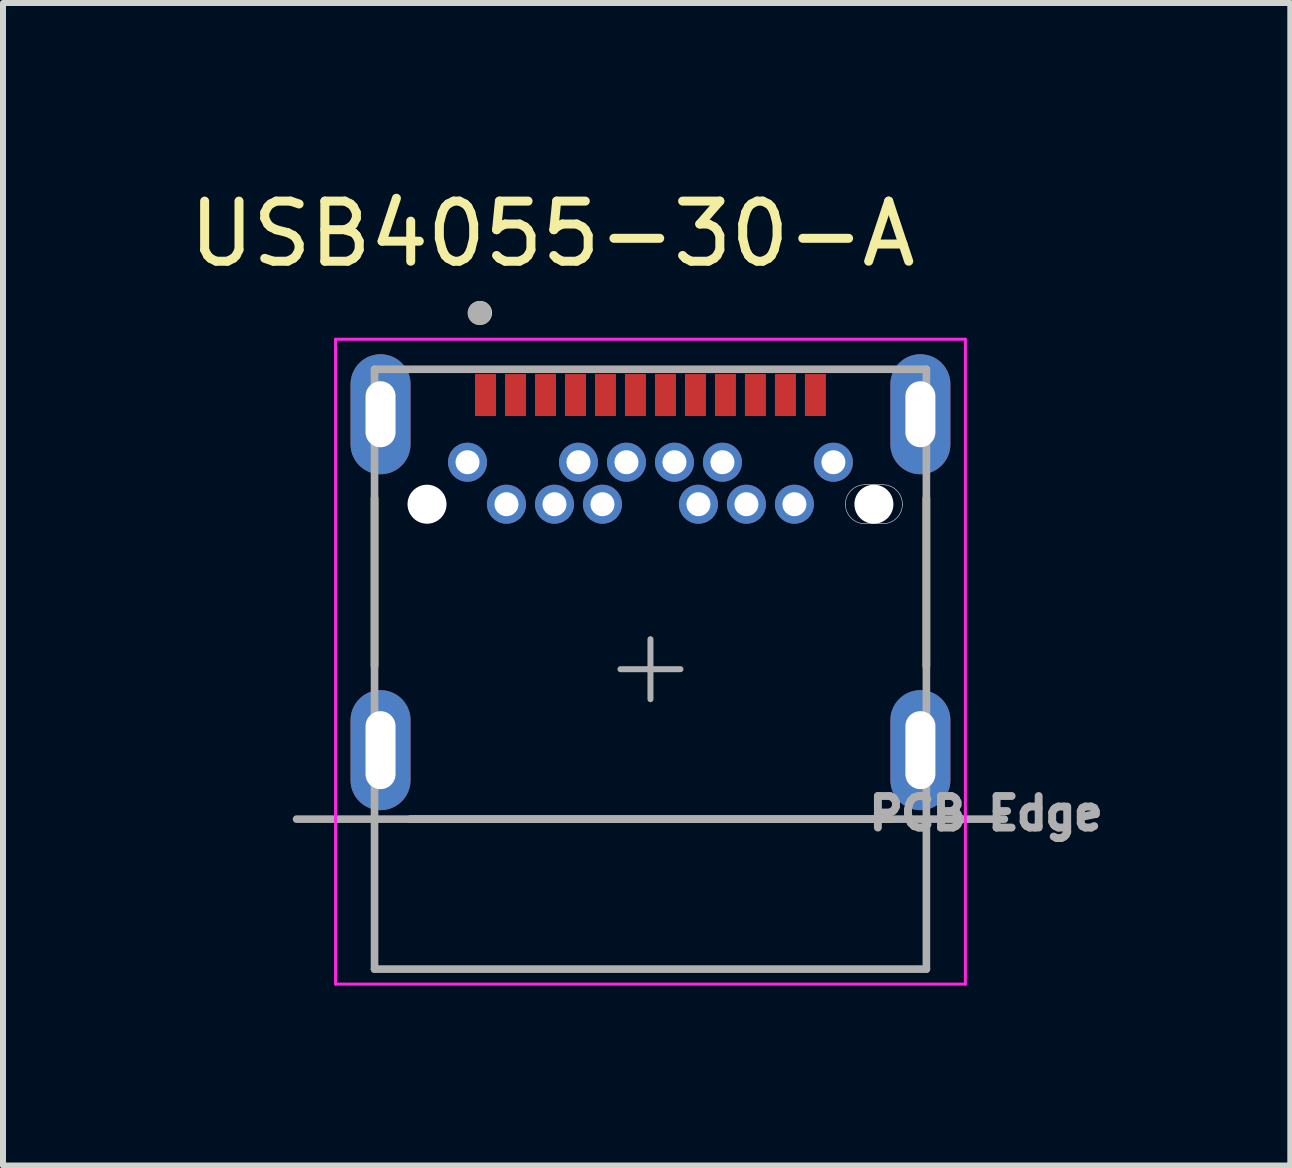
<source format=kicad_pcb>
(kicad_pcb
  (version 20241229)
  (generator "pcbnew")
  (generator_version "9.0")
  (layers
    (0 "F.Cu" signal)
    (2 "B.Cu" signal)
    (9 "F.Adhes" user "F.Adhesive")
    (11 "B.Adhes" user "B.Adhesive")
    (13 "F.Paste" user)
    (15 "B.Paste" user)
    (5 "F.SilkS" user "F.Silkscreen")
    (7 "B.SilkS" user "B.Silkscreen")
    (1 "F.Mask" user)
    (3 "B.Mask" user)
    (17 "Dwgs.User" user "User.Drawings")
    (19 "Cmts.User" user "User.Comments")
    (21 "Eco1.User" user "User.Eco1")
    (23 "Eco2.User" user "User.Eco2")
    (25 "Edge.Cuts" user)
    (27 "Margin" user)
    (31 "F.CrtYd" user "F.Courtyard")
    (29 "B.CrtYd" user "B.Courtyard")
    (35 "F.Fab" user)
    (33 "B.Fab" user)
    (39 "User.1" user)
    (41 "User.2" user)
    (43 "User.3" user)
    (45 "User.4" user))
  (footprint "USB4055-30-A"
    (layer "F.Cu")
    (at 7.794 8.106)
    (property "Reference" "USB4055-30-A" (at -1.635 -7.257 0) (layer "F.SilkS") (effects (font (size 1.002 1.002) (thickness 0.15))))
    (attr through_hole)
    (fp_line (start -4.6 -2.85) (end -4.6 -0.05) (stroke (width 0.127) (type solid)) (layer "F.SilkS"))
    (fp_line (start -4 2.5) (end 4 2.5) (stroke (width 0.127) (type solid)) (layer "F.SilkS"))
    (fp_line (start 4.6 -0.05) (end 4.6 -2.85) (stroke (width 0.127) (type solid)) (layer "F.SilkS"))
    (fp_circle (center -2.841 -5.939) (end -2.741 -5.939) (stroke (width 0.2) (type solid)) (fill no) (layer "F.SilkS"))
    (fp_line (start 3.575 -3.075) (end 3.875 -3.075) (stroke (width 0.01) (type solid)) (layer "Edge.Cuts"))
    (fp_line (start 3.875 -2.425) (end 3.575 -2.425) (stroke (width 0.01) (type solid)) (layer "Edge.Cuts"))
    (fp_arc (start 3.25 -2.75) (mid 3.34519 -2.97981) (end 3.575 -3.075) (stroke (width 0.01) (type solid)) (layer "Edge.Cuts"))
    (fp_arc (start 3.575 -2.425) (mid 3.34519 -2.52019) (end 3.25 -2.75) (stroke (width 0.01) (type solid)) (layer "Edge.Cuts"))
    (fp_arc (start 3.875 -3.075) (mid 4.10481 -2.97981) (end 4.2 -2.75) (stroke (width 0.01) (type solid)) (layer "Edge.Cuts"))
    (fp_arc (start 4.2 -2.75) (mid 4.10481 -2.52019) (end 3.875 -2.425) (stroke (width 0.01) (type solid)) (layer "Edge.Cuts"))
    (fp_line (start -5.25 -5.5) (end 5.25 -5.5) (stroke (width 0.05) (type solid)) (layer "F.CrtYd"))
    (fp_line (start -5.25 5.25) (end -5.25 -5.5) (stroke (width 0.05) (type solid)) (layer "F.CrtYd"))
    (fp_line (start -5.25 5.25) (end 5.25 5.25) (stroke (width 0.05) (type solid)) (layer "F.CrtYd"))
    (fp_line (start 5.25 5.25) (end 5.25 -5.5) (stroke (width 0.05) (type solid)) (layer "F.CrtYd"))
    (fp_line (start -5.9 2.5) (end 5.9 2.5) (stroke (width 0.127) (type solid)) (layer "F.Fab"))
    (fp_line (start -4.6 -5) (end 4.6 -5) (stroke (width 0.127) (type solid)) (layer "F.Fab"))
    (fp_line (start -4.6 5) (end -4.6 -5) (stroke (width 0.127) (type solid)) (layer "F.Fab"))
    (fp_line (start -4.6 5) (end 4.6 5) (stroke (width 0.127) (type solid)) (layer "F.Fab"))
    (fp_line (start -0.5 0) (end 0.5 0) (stroke (width 0.1) (type solid)) (layer "F.Fab"))
    (fp_line (start 0 0.5) (end 0 -0.5) (stroke (width 0.1) (type solid)) (layer "F.Fab"))
    (fp_line (start 4.6 5) (end 4.6 -5) (stroke (width 0.127) (type solid)) (layer "F.Fab"))
    (fp_circle (center -2.849 -5.937) (end -2.749 -5.937) (stroke (width 0.2) (type solid)) (fill no) (layer "F.Fab"))
    (fp_text user "PCB Edge" (at 5.595 2.404 0) (layer "F.Fab") (effects (font (size 0.526 0.526) (thickness 0.15))))
    (pad "" np_thru_hole circle (at -3.725 -2.75) (size 0.65 0.65) (drill 0.65) (layers "*.Cu" "*.Mask"))
    (pad "" np_thru_hole circle (at 3.725 -2.75) (size 0.65 0.65) (drill 0.65) (layers "*.Cu" "*.Mask"))
    (pad "A1" smd rect (at -2.75 -4.57 180) (size 0.35 0.7) (layers "F.Cu" "F.Mask" "F.Paste"))
    (pad "A2" smd rect (at -2.25 -4.57 180) (size 0.35 0.7) (layers "F.Cu" "F.Mask" "F.Paste"))
    (pad "A3" smd rect (at -1.75 -4.57 180) (size 0.35 0.7) (layers "F.Cu" "F.Mask" "F.Paste"))
    (pad "A4" smd rect (at -1.25 -4.57 180) (size 0.35 0.7) (layers "F.Cu" "F.Mask" "F.Paste"))
    (pad "A5" smd rect (at -0.75 -4.57 180) (size 0.35 0.7) (layers "F.Cu" "F.Mask" "F.Paste"))
    (pad "A6" smd rect (at -0.25 -4.57 180) (size 0.35 0.7) (layers "F.Cu" "F.Mask" "F.Paste"))
    (pad "A7" smd rect (at 0.25 -4.57 180) (size 0.35 0.7) (layers "F.Cu" "F.Mask" "F.Paste"))
    (pad "A8" smd rect (at 0.75 -4.57 180) (size 0.35 0.7) (layers "F.Cu" "F.Mask" "F.Paste"))
    (pad "A9" smd rect (at 1.25 -4.57 180) (size 0.35 0.7) (layers "F.Cu" "F.Mask" "F.Paste"))
    (pad "A10" smd rect (at 1.75 -4.57 180) (size 0.35 0.7) (layers "F.Cu" "F.Mask" "F.Paste"))
    (pad "A11" smd rect (at 2.25 -4.57 180) (size 0.35 0.7) (layers "F.Cu" "F.Mask" "F.Paste"))
    (pad "A12" smd rect (at 2.75 -4.57 180) (size 0.35 0.7) (layers "F.Cu" "F.Mask" "F.Paste"))
    (pad "B1" thru_hole circle (at 3.05 -3.45) (size 0.65 0.65) (drill 0.4) (layers "*.Cu" "*.Mask"))
    (pad "B2" thru_hole circle (at 2.4 -2.75) (size 0.65 0.65) (drill 0.4) (layers "*.Cu" "*.Mask"))
    (pad "B3" thru_hole circle (at 1.6 -2.75) (size 0.65 0.65) (drill 0.4) (layers "*.Cu" "*.Mask"))
    (pad "B4" thru_hole circle (at 1.2 -3.45) (size 0.65 0.65) (drill 0.4) (layers "*.Cu" "*.Mask"))
    (pad "B5" thru_hole circle (at 0.8 -2.75) (size 0.65 0.65) (drill 0.4) (layers "*.Cu" "*.Mask"))
    (pad "B6" thru_hole circle (at 0.4 -3.45) (size 0.65 0.65) (drill 0.4) (layers "*.Cu" "*.Mask"))
    (pad "B7" thru_hole circle (at -0.4 -3.45) (size 0.65 0.65) (drill 0.4) (layers "*.Cu" "*.Mask"))
    (pad "B8" thru_hole circle (at -0.8 -2.75) (size 0.65 0.65) (drill 0.4) (layers "*.Cu" "*.Mask"))
    (pad "B9" thru_hole circle (at -1.2 -3.45) (size 0.65 0.65) (drill 0.4) (layers "*.Cu" "*.Mask"))
    (pad "B10" thru_hole circle (at -1.6 -2.75) (size 0.65 0.65) (drill 0.4) (layers "*.Cu" "*.Mask"))
    (pad "B11" thru_hole circle (at -2.4 -2.75) (size 0.65 0.65) (drill 0.4) (layers "*.Cu" "*.Mask"))
    (pad "B12" thru_hole circle (at -3.05 -3.45) (size 0.65 0.65) (drill 0.4) (layers "*.Cu" "*.Mask"))
    (pad "S1" thru_hole oval (at -4.5 -4.25) (size 1 2) (drill oval 0.5 1.1) (layers "*.Cu" "*.Mask"))
    (pad "S2" thru_hole oval (at 4.5 -4.25) (size 1 2) (drill oval 0.5 1.1) (layers "*.Cu" "*.Mask"))
    (pad "S3" thru_hole oval (at -4.5 1.35) (size 1 2) (drill oval 0.5 1.3) (layers "*.Cu" "*.Mask"))
    (pad "S4" thru_hole oval (at 4.5 1.35) (size 1 2) (drill oval 0.5 1.3) (layers "*.Cu" "*.Mask")))
  (gr_rect
    (start -3 -3)
    (end 18.461 16.381)
    (stroke (width 0.1) (type default))
    (fill no)
    (layer "Edge.Cuts")))
</source>
